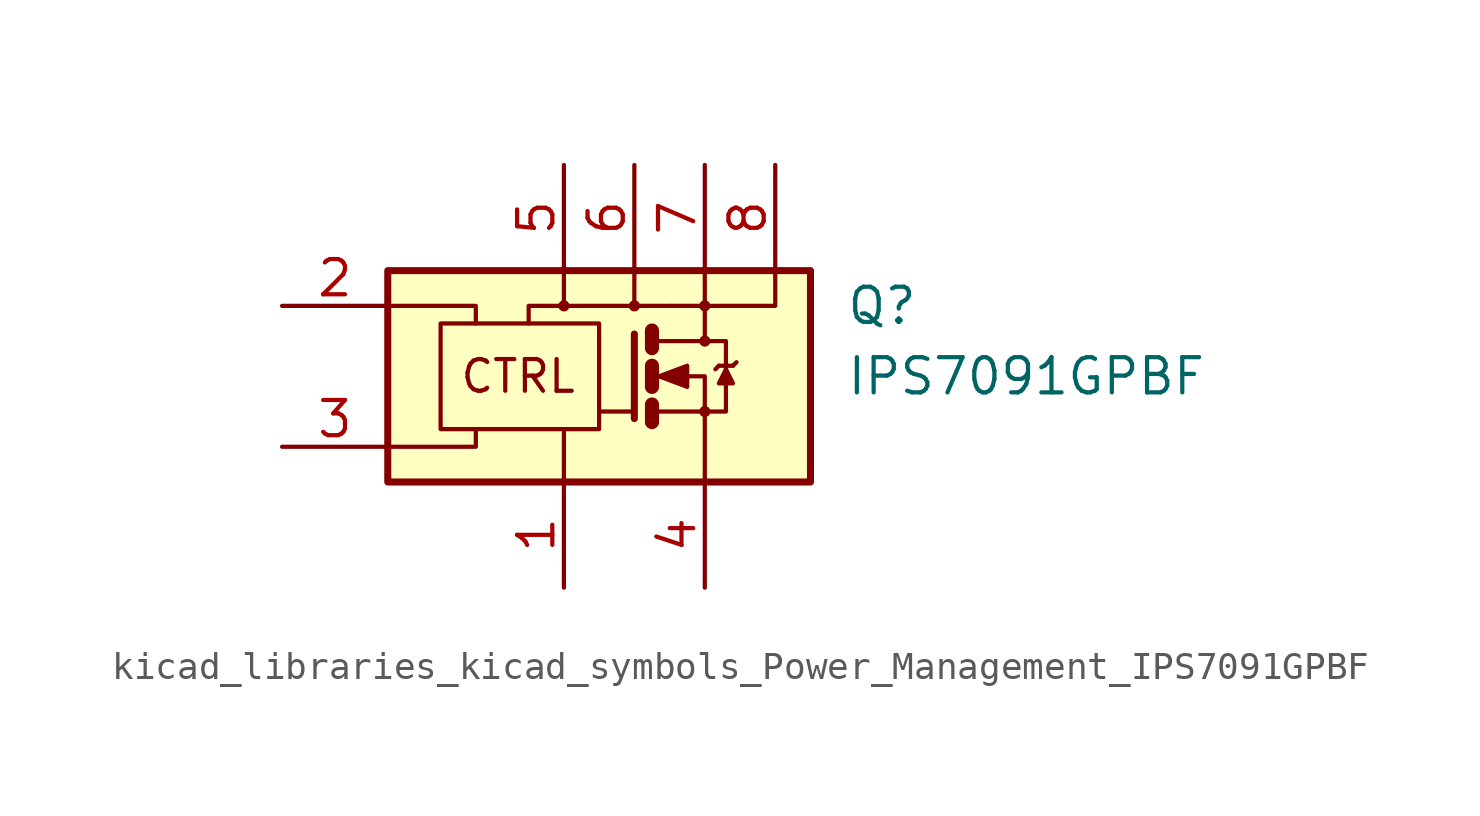
<source format=kicad_sym>
(kicad_symbol_lib
  (version 20220914)
  (generator kicad_symbol_editor)
  (symbol "kicad_libraries_kicad_symbols_Power_Management_IPS7091GPBF"
    (pin_names
      (offset 0) hide)
    (property "Reference" "Q"
      (at 10.16 2.54 0)
      (effects (font (size 1.27 1.27)) (justify left)))
    (property "Value" "IPS7091GPBF"
      (at 10.16 0 0)
      (effects (font (size 1.27 1.27)) (justify left)))
    (symbol "kicad_libraries_kicad_symbols_Power_Management_IPS7091GPBF_0_0"
      (rectangle (start -6.35 3.81) (end 8.89 -3.81) (stroke (width 0.254) (type default)) (fill (type background)))
      (polyline (pts (xy 0 -3.81) (xy 0 -1.905)) (stroke (width 0) (type default)) (fill (type none)))
      (polyline (pts (xy 0 2.54) (xy 0 3.81)) (stroke (width 0) (type default)) (fill (type none)))
      (polyline (pts (xy 2.54 2.54) (xy 2.54 3.81)) (stroke (width 0) (type default)) (fill (type none)))
      (polyline (pts (xy -6.35 -2.54) (xy -3.175 -2.54) (xy -3.175 -1.905)) (stroke (width 0) (type default)) (fill (type none)))
      (polyline (pts (xy -6.35 2.54) (xy -3.175 2.54) (xy -3.175 1.905)) (stroke (width 0) (type default)) (fill (type none)))
      (polyline (pts (xy -1.27 1.905) (xy -1.27 2.54) (xy 3.81 2.54)) (stroke (width 0) (type default)) (fill (type none)))
      (polyline (pts (xy 3.81 2.54) (xy 5.08 2.54) (xy 5.08 3.81)) (stroke (width 0) (type default)) (fill (type none)))
      (circle (center 0 2.54) (radius 0.127) (stroke (width 0) (type default)) (fill (type none)))
      (circle (center 2.54 2.54) (radius 0.127) (stroke (width 0) (type default)) (fill (type none)))
      (circle (center 5.08 2.54) (radius 0.127) (stroke (width 0) (type default)) (fill (type none)))
      (text "CTRL" (at -1.651 0 0) (effects (font (size 1.143 1.143)))))
    (symbol "kicad_libraries_kicad_symbols_Power_Management_IPS7091GPBF_0_1"
      (rectangle (start -4.445 1.905) (end 1.27 -1.905) (stroke (width 0) (type default)) (fill (type none)))
      (polyline (pts (xy 2.54 -1.27) (xy 1.27 -1.27)) (stroke (width 0) (type default)) (fill (type none)))
      (polyline (pts (xy 3.175 -1.016) (xy 3.175 -1.651)) (stroke (width 0.508) (type default)) (fill (type none)))
      (polyline (pts (xy 3.175 0.381) (xy 3.175 -0.381)) (stroke (width 0.508) (type default)) (fill (type none)))
      (polyline (pts (xy 3.175 1.651) (xy 3.175 1.016)) (stroke (width 0.508) (type default)) (fill (type none)))
      (polyline (pts (xy 3.302 -1.27) (xy 5.08 -1.27)) (stroke (width 0) (type default)) (fill (type none)))
      (polyline (pts (xy 3.302 1.27) (xy 5.08 1.27)) (stroke (width 0) (type default)) (fill (type none)))
      (polyline (pts (xy 5.08 1.27) (xy 5.08 2.54)) (stroke (width 0) (type default)) (fill (type none)))
      (polyline (pts (xy 5.588 0.381) (xy 5.461 0.254)) (stroke (width 0) (type default)) (fill (type none)))
      (polyline (pts (xy 5.588 0.381) (xy 6.096 0.381)) (stroke (width 0) (type default)) (fill (type none)))
      (polyline (pts (xy 6.096 0.381) (xy 6.223 0.508)) (stroke (width 0) (type default)) (fill (type none)))
      (polyline (pts (xy 2.54 1.524) (xy 2.54 -1.524) (xy 2.54 -1.524)) (stroke (width 0.254) (type default)) (fill (type none)))
      (polyline (pts (xy 3.302 0) (xy 5.08 0) (xy 5.08 -3.81)) (stroke (width 0) (type default)) (fill (type none)))
      (polyline (pts (xy 5.08 2.54) (xy 7.62 2.54) (xy 7.62 3.81)) (stroke (width 0) (type default)) (fill (type none)))
      (polyline (pts (xy 5.08 1.27) (xy 5.842 1.27) (xy 5.842 -1.27) (xy 5.08 -1.27)) (stroke (width 0) (type default)) (fill (type none)))
      (polyline (pts (xy 5.842 0.254) (xy 5.588 -0.254) (xy 6.096 -0.254) (xy 5.842 0.254)) (stroke (width 0) (type default)) (fill (type outline)))
      (polyline (pts (xy 3.429 0) (xy 4.445 0.381) (xy 4.445 -0.381) (xy 3.429 0) (xy 3.556 0) (xy 3.556 0)) (stroke (width 0) (type default)) (fill (type outline)))
      (circle (center 5.08 -1.27) (radius 0.127) (stroke (width 0) (type default)) (fill (type none)))
      (circle (center 5.08 1.27) (radius 0.127) (stroke (width 0) (type default)) (fill (type none))))
    (symbol "kicad_libraries_kicad_symbols_Power_Management_IPS7091GPBF_1_1"
      (pin power_in line (at 0 -7.62 90) (length 3.81) (name "GND" (effects (font (size 1.27 1.27)))) (number "1" (effects (font (size 1.27 1.27)))))
      (pin input line (at -10.16 2.54 0) (length 3.81) (name "IN" (effects (font (size 1.27 1.27)))) (number "2" (effects (font (size 1.27 1.27)))))
      (pin bidirectional line (at -10.16 -2.54 0) (length 3.81) (name "DG" (effects (font (size 1.27 1.27)))) (number "3" (effects (font (size 1.27 1.27)))))
      (pin output line (at 5.08 -7.62 90) (length 3.81) (name "OUT" (effects (font (size 1.27 1.27)))) (number "4" (effects (font (size 1.27 1.27)))))
      (pin power_in line (at 0 7.62 270) (length 3.81) (name "VCC" (effects (font (size 1.27 1.27)))) (number "5" (effects (font (size 1.27 1.27)))))
      (pin power_in line (at 2.54 7.62 270) (length 3.81) (name "~" (effects (font (size 1.27 1.27)))) (number "6" (effects (font (size 1.27 1.27)))))
      (pin power_in line (at 5.08 7.62 270) (length 3.81) (name "~" (effects (font (size 1.27 1.27)))) (number "7" (effects (font (size 1.27 1.27)))))
      (pin power_in line (at 7.62 7.62 270) (length 3.81) (name "~" (effects (font (size 1.27 1.27)))) (number "8" (effects (font (size 1.27 1.27))))))))
</source>
